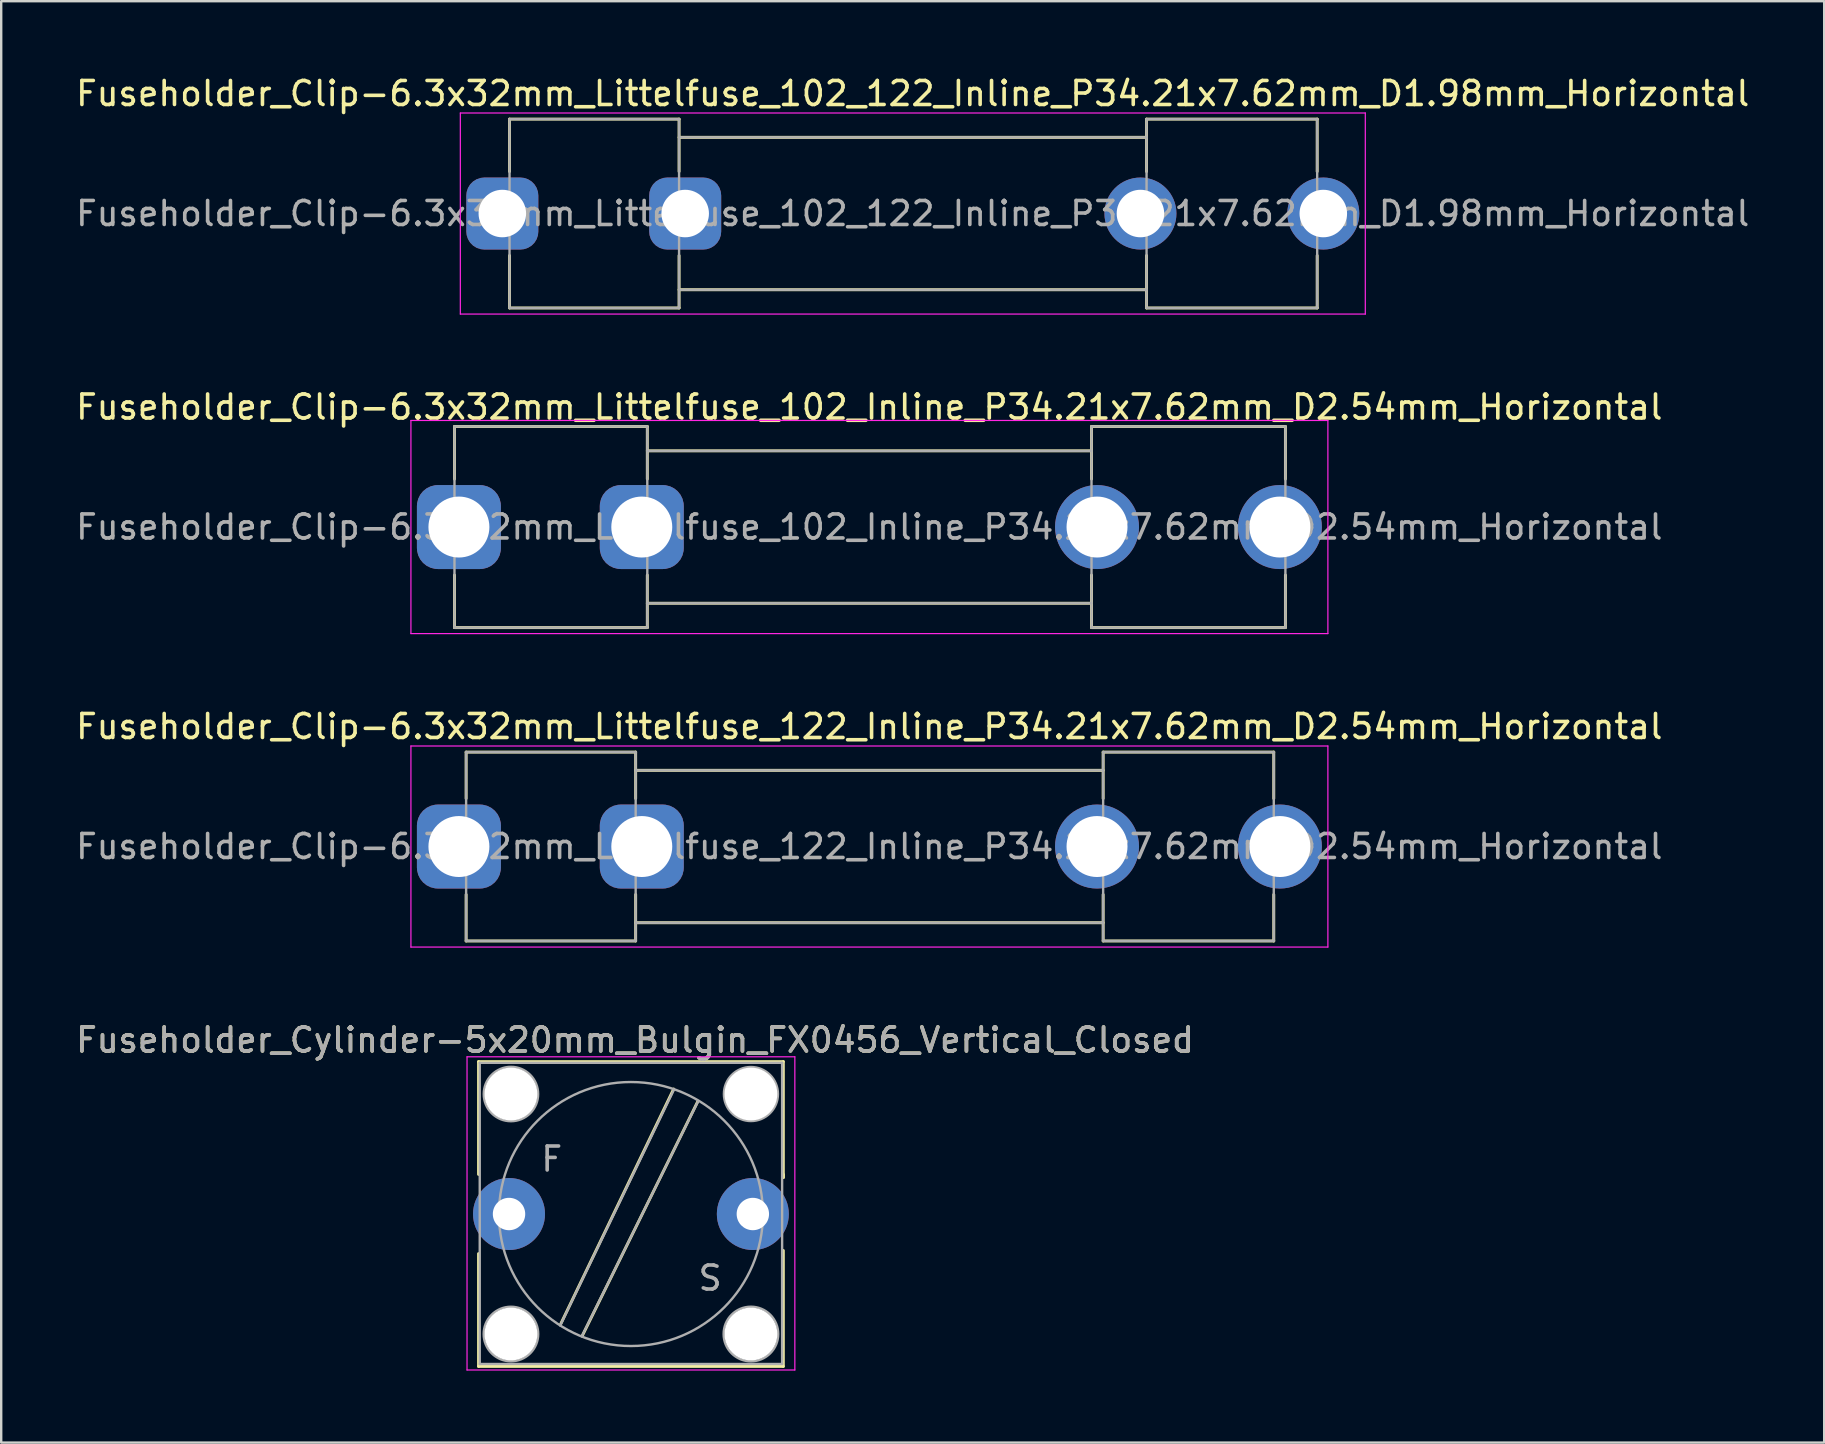
<source format=kicad_pcb>
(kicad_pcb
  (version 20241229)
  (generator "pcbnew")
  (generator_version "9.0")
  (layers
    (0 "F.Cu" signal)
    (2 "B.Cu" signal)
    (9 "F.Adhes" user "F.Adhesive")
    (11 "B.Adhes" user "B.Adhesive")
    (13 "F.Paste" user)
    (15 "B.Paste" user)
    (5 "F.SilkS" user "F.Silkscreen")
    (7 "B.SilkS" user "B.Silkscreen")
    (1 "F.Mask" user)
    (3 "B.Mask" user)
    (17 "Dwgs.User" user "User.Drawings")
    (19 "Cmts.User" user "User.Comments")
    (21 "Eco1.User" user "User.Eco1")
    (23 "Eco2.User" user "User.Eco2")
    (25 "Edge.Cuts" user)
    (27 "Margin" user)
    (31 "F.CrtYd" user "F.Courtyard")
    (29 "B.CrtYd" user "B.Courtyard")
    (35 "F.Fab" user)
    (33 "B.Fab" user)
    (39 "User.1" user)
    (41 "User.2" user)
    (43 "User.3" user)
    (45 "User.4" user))
  (footprint "Fuseholder_Cylinder-5x20mm_Bulgin_FX0456_Vertical_Closed"
    (layer "F.Cu")
    (at 18.161 47.538)
    (property "Reference" "Fuseholder_Cylinder-5x20mm_Bulgin_FX0456_Vertical_Closed" (at 5.25 -7.25 0) (layer "F.SilkS") (effects (font (size 1 1) (thickness 0.15))))
    (attr through_hole)
    (fp_line (start -1.27 -6.35) (end -1.27 -1.65) (stroke (width 0.12) (type solid)) (layer "F.SilkS"))
    (fp_line (start -1.27 6.35) (end -1.27 1.65) (stroke (width 0.12) (type solid)) (layer "F.SilkS"))
    (fp_line (start -1.27 6.35) (end 11.43 6.35) (stroke (width 0.12) (type solid)) (layer "F.SilkS"))
    (fp_line (start 6.86 -5.21) (end 2.16 4.57) (stroke (width 0.12) (type solid)) (layer "F.SilkS"))
    (fp_line (start 7.87 -4.7) (end 3.05 5.08) (stroke (width 0.12) (type solid)) (layer "F.SilkS"))
    (fp_line (start 11.43 -6.35) (end -1.27 -6.35) (stroke (width 0.12) (type solid)) (layer "F.SilkS"))
    (fp_line (start 11.43 -6.35) (end 11.43 -1.52) (stroke (width 0.12) (type solid)) (layer "F.SilkS"))
    (fp_line (start 11.43 -1.52) (end 11.43 -1.65) (stroke (width 0.12) (type solid)) (layer "F.SilkS"))
    (fp_line (start 11.43 6.35) (end 11.43 1.52) (stroke (width 0.12) (type solid)) (layer "F.SilkS"))
    (fp_line (start -1.75 -6.55) (end -1.75 6.5) (stroke (width 0.05) (type solid)) (layer "F.CrtYd"))
    (fp_line (start -1.75 -6.55) (end 11.91 -6.55) (stroke (width 0.05) (type solid)) (layer "F.CrtYd"))
    (fp_line (start 11.91 6.5) (end -1.75 6.5) (stroke (width 0.05) (type solid)) (layer "F.CrtYd"))
    (fp_line (start 11.91 6.5) (end 11.91 -6.55) (stroke (width 0.05) (type solid)) (layer "F.CrtYd"))
    (fp_line (start -1.22 -6.3) (end -1.22 6.25) (stroke (width 0.1) (type solid)) (layer "F.Fab"))
    (fp_line (start -1.22 6.25) (end 11.38 6.25) (stroke (width 0.1) (type solid)) (layer "F.Fab"))
    (fp_line (start 3.03 5.1) (end 7.88 -4.7) (stroke (width 0.1) (type solid)) (layer "F.Fab"))
    (fp_line (start 6.88 -5.2) (end 2.13 4.65) (stroke (width 0.1) (type solid)) (layer "F.Fab"))
    (fp_line (start 11.38 -6.3) (end -1.22 -6.3) (stroke (width 0.1) (type solid)) (layer "F.Fab"))
    (fp_line (start 11.38 6.25) (end 11.38 -6.3) (stroke (width 0.1) (type solid)) (layer "F.Fab"))
    (fp_circle (center 0.08 -5) (end 0.48 -3.94) (stroke (width 0.1) (type solid)) (fill no) (layer "F.Fab"))
    (fp_circle (center 0.08 5) (end 0.58 6.02) (stroke (width 0.1) (type solid)) (fill no) (layer "F.Fab"))
    (fp_circle (center 5.08 0) (end 5.13 5.5) (stroke (width 0.1) (type solid)) (fill no) (layer "F.Fab"))
    (fp_circle (center 10.08 -5) (end 10.46 -3.94) (stroke (width 0.1) (type solid)) (fill no) (layer "F.Fab"))
    (fp_circle (center 10.08 5) (end 10.64 5.99) (stroke (width 0.1) (type solid)) (fill no) (layer "F.Fab"))
    (fp_text user "${REFERENCE}" (at 5.25 -7.25 0) (layer "F.Fab") (effects (font (size 1 1) (thickness 0.15))))
    (fp_text user "F" (at 1.78 -2.29 0) (layer "F.Fab") (effects (font (size 1 1) (thickness 0.15))))
    (fp_text user "S" (at 8.38 2.67 0) (layer "F.Fab") (effects (font (size 1 1) (thickness 0.15))))
    (pad "" np_thru_hole circle (at 0.08 -5) (size 2.2 2.2) (drill 2.2) (layers "*.Cu" "*.Mask"))
    (pad "" np_thru_hole circle (at 0.08 5) (size 2.2 2.2) (drill 2.2) (layers "*.Cu" "*.Mask"))
    (pad "" np_thru_hole circle (at 10.08 -5) (size 2.2 2.2) (drill 2.2) (layers "*.Cu" "*.Mask"))
    (pad "" np_thru_hole circle (at 10.08 5) (size 2.2 2.2) (drill 2.2) (layers "*.Cu" "*.Mask"))
    (pad "1" thru_hole circle (at 0 0) (size 3 3) (drill 1.35) (layers "*.Cu" "*.Mask"))
    (pad "2" thru_hole circle (at 10.16 0) (size 3 3) (drill 1.35) (layers "*.Cu" "*.Mask")))
  (footprint "Fuseholder_Clip-6.3x32mm_Littelfuse_122_Inline_P34.21x7.62mm_D2.54mm_Horizontal"
    (layer "F.Cu")
    (at 16.073 32.225)
    (property "Reference" "Fuseholder_Clip-6.3x32mm_Littelfuse_122_Inline_P34.21x7.62mm_D2.54mm_Horizontal" (at 17.1 -5 0) (layer "F.SilkS") (effects (font (size 1 1) (thickness 0.15))))
    (attr through_hole)
    (fp_line (start 0.3 -3.935) (end 0.3 -2) (stroke (width 0.12) (type solid)) (layer "F.SilkS"))
    (fp_line (start 0.3 3.935) (end 0.3 2) (stroke (width 0.12) (type solid)) (layer "F.SilkS"))
    (fp_line (start 7.365 -3.935) (end 0.3 -3.935) (stroke (width 0.12) (type solid)) (layer "F.SilkS"))
    (fp_line (start 7.365 -3.935) (end 7.365 -2) (stroke (width 0.12) (type solid)) (layer "F.SilkS"))
    (fp_line (start 7.365 3.935) (end 0.3 3.935) (stroke (width 0.12) (type solid)) (layer "F.SilkS"))
    (fp_line (start 7.365 3.935) (end 7.365 2) (stroke (width 0.12) (type solid)) (layer "F.SilkS"))
    (fp_line (start 26.845 -3.935) (end 26.845 -2) (stroke (width 0.12) (type solid)) (layer "F.SilkS"))
    (fp_line (start 26.845 -3.175) (end 7.365 -3.175) (stroke (width 0.12) (type solid)) (layer "F.SilkS"))
    (fp_line (start 26.845 3.175) (end 7.365 3.175) (stroke (width 0.12) (type solid)) (layer "F.SilkS"))
    (fp_line (start 26.845 3.935) (end 26.845 2) (stroke (width 0.12) (type solid)) (layer "F.SilkS"))
    (fp_line (start 26.845 3.935) (end 33.955 3.935) (stroke (width 0.12) (type solid)) (layer "F.SilkS"))
    (fp_line (start 33.955 -3.935) (end 26.845 -3.935) (stroke (width 0.12) (type solid)) (layer "F.SilkS"))
    (fp_line (start 33.955 -2) (end 33.955 -3.935) (stroke (width 0.12) (type solid)) (layer "F.SilkS"))
    (fp_line (start 33.955 2) (end 33.955 3.935) (stroke (width 0.12) (type solid)) (layer "F.SilkS"))
    (fp_line (start -2 -4.19) (end -2 4.19) (stroke (width 0.05) (type solid)) (layer "F.CrtYd"))
    (fp_line (start -2 -4.19) (end 36.21 -4.19) (stroke (width 0.05) (type solid)) (layer "F.CrtYd"))
    (fp_line (start 36.21 4.189) (end -2 4.19) (stroke (width 0.05) (type solid)) (layer "F.CrtYd"))
    (fp_line (start 36.21 4.189) (end 36.21 -4.19) (stroke (width 0.05) (type solid)) (layer "F.CrtYd"))
    (fp_line (start 0.3 -3.935) (end 7.365 -3.935) (stroke (width 0.1) (type solid)) (layer "F.Fab"))
    (fp_line (start 0.3 3.935) (end 0.3 -3.935) (stroke (width 0.1) (type solid)) (layer "F.Fab"))
    (fp_line (start 7.365 -3.935) (end 7.365 3.935) (stroke (width 0.1) (type solid)) (layer "F.Fab"))
    (fp_line (start 7.365 -3.175) (end 26.845 -3.175) (stroke (width 0.1) (type solid)) (layer "F.Fab"))
    (fp_line (start 7.365 3.935) (end 0.3 3.935) (stroke (width 0.1) (type solid)) (layer "F.Fab"))
    (fp_line (start 26.845 -3.935) (end 26.845 3.935) (stroke (width 0.1) (type solid)) (layer "F.Fab"))
    (fp_line (start 26.845 3.175) (end 7.365 3.175) (stroke (width 0.1) (type solid)) (layer "F.Fab"))
    (fp_line (start 26.845 3.935) (end 33.955 3.935) (stroke (width 0.1) (type solid)) (layer "F.Fab"))
    (fp_line (start 33.955 -3.935) (end 26.845 -3.935) (stroke (width 0.1) (type solid)) (layer "F.Fab"))
    (fp_line (start 33.955 3.935) (end 33.955 -3.935) (stroke (width 0.1) (type solid)) (layer "F.Fab"))
    (fp_text user "${REFERENCE}" (at 17.1 0 0) (layer "F.Fab") (effects (font (size 1 1) (thickness 0.15))))
    (pad "1" thru_hole roundrect (at 0 0) (size 3.5 3.5) (drill 2.54) (layers "*.Cu" "*.Mask") (roundrect_rratio 0.25))
    (pad "1" thru_hole roundrect (at 7.62 0) (size 3.5 3.5) (drill 2.54) (layers "*.Cu" "*.Mask") (roundrect_rratio 0.25))
    (pad "2" thru_hole circle (at 26.59 0) (size 3.5 3.5) (drill 2.54) (layers "*.Cu" "*.Mask"))
    (pad "2" thru_hole circle (at 34.21 0) (size 3.5 3.5) (drill 2.54) (layers "*.Cu" "*.Mask")))
  (footprint "Fuseholder_Clip-6.3x32mm_Littelfuse_102_122_Inline_P34.21x7.62mm_D1.98mm_Horizontal"
    (layer "F.Cu")
    (at 17.882 5.848)
    (property "Reference" "Fuseholder_Clip-6.3x32mm_Littelfuse_102_122_Inline_P34.21x7.62mm_D1.98mm_Horizontal" (at 17.1 -5 0) (layer "F.SilkS") (effects (font (size 1 1) (thickness 0.15))))
    (attr through_hole)
    (fp_line (start 0.3 -3.935) (end 0.3 -1.75) (stroke (width 0.12) (type solid)) (layer "F.SilkS"))
    (fp_line (start 0.3 3.935) (end 0.3 1.75) (stroke (width 0.12) (type solid)) (layer "F.SilkS"))
    (fp_line (start 7.365 -3.935) (end 0.3 -3.935) (stroke (width 0.12) (type solid)) (layer "F.SilkS"))
    (fp_line (start 7.365 -3.935) (end 7.365 -1.75) (stroke (width 0.12) (type solid)) (layer "F.SilkS"))
    (fp_line (start 7.365 3.935) (end 0.3 3.935) (stroke (width 0.12) (type solid)) (layer "F.SilkS"))
    (fp_line (start 7.365 3.935) (end 7.365 1.75) (stroke (width 0.12) (type solid)) (layer "F.SilkS"))
    (fp_line (start 26.845 -3.935) (end 26.845 -1.75) (stroke (width 0.12) (type solid)) (layer "F.SilkS"))
    (fp_line (start 26.845 -3.175) (end 7.365 -3.175) (stroke (width 0.12) (type solid)) (layer "F.SilkS"))
    (fp_line (start 26.845 3.175) (end 7.365 3.175) (stroke (width 0.12) (type solid)) (layer "F.SilkS"))
    (fp_line (start 26.845 3.935) (end 26.845 1.75) (stroke (width 0.12) (type solid)) (layer "F.SilkS"))
    (fp_line (start 26.845 3.935) (end 33.955 3.935) (stroke (width 0.12) (type solid)) (layer "F.SilkS"))
    (fp_line (start 33.955 -3.935) (end 26.845 -3.935) (stroke (width 0.12) (type solid)) (layer "F.SilkS"))
    (fp_line (start 33.955 -1.75) (end 33.955 -3.935) (stroke (width 0.12) (type solid)) (layer "F.SilkS"))
    (fp_line (start 33.955 1.75) (end 33.955 3.935) (stroke (width 0.12) (type solid)) (layer "F.SilkS"))
    (fp_line (start -1.75 -4.19) (end -1.75 4.19) (stroke (width 0.05) (type solid)) (layer "F.CrtYd"))
    (fp_line (start -1.75 -4.19) (end 35.96 -4.19) (stroke (width 0.05) (type solid)) (layer "F.CrtYd"))
    (fp_line (start 35.96 4.19) (end -1.75 4.19) (stroke (width 0.05) (type solid)) (layer "F.CrtYd"))
    (fp_line (start 35.96 4.19) (end 35.96 -4.19) (stroke (width 0.05) (type solid)) (layer "F.CrtYd"))
    (fp_line (start 0.3 -3.935) (end 7.365 -3.935) (stroke (width 0.1) (type solid)) (layer "F.Fab"))
    (fp_line (start 0.3 3.935) (end 0.3 -3.935) (stroke (width 0.1) (type solid)) (layer "F.Fab"))
    (fp_line (start 7.365 -3.935) (end 7.365 3.935) (stroke (width 0.1) (type solid)) (layer "F.Fab"))
    (fp_line (start 7.365 -3.175) (end 26.845 -3.175) (stroke (width 0.1) (type solid)) (layer "F.Fab"))
    (fp_line (start 7.365 3.935) (end 0.3 3.935) (stroke (width 0.1) (type solid)) (layer "F.Fab"))
    (fp_line (start 26.845 -3.935) (end 26.845 3.935) (stroke (width 0.1) (type solid)) (layer "F.Fab"))
    (fp_line (start 26.845 3.175) (end 7.365 3.175) (stroke (width 0.1) (type solid)) (layer "F.Fab"))
    (fp_line (start 26.845 3.935) (end 33.955 3.935) (stroke (width 0.1) (type solid)) (layer "F.Fab"))
    (fp_line (start 33.955 -3.935) (end 26.845 -3.935) (stroke (width 0.1) (type solid)) (layer "F.Fab"))
    (fp_line (start 33.955 3.935) (end 33.955 -3.935) (stroke (width 0.1) (type solid)) (layer "F.Fab"))
    (fp_text user "${REFERENCE}" (at 17.1 0 0) (layer "F.Fab") (effects (font (size 1 1) (thickness 0.15))))
    (pad "1" thru_hole roundrect (at 0 0) (size 3 3) (drill 1.98) (layers "*.Cu" "*.Mask") (roundrect_rratio 0.25))
    (pad "1" thru_hole roundrect (at 7.62 0) (size 3 3) (drill 1.98) (layers "*.Cu" "*.Mask") (roundrect_rratio 0.25))
    (pad "2" thru_hole circle (at 26.59 0) (size 3 3) (drill 1.98) (layers "*.Cu" "*.Mask"))
    (pad "2" thru_hole circle (at 34.21 0) (size 3 3) (drill 1.98) (layers "*.Cu" "*.Mask")))
  (footprint "Fuseholder_Clip-6.3x32mm_Littelfuse_102_Inline_P34.21x7.62mm_D2.54mm_Horizontal"
    (layer "F.Cu")
    (at 16.073 18.912)
    (property "Reference" "Fuseholder_Clip-6.3x32mm_Littelfuse_102_Inline_P34.21x7.62mm_D2.54mm_Horizontal" (at 17.1 -5 0) (layer "F.SilkS") (effects (font (size 1 1) (thickness 0.15))))
    (attr through_hole)
    (fp_line (start -0.185 -4.19) (end -0.185 -2) (stroke (width 0.12) (type solid)) (layer "F.SilkS"))
    (fp_line (start -0.185 4.19) (end -0.185 2) (stroke (width 0.12) (type solid)) (layer "F.SilkS"))
    (fp_line (start 7.85 -4.19) (end -0.185 -4.19) (stroke (width 0.12) (type solid)) (layer "F.SilkS"))
    (fp_line (start 7.85 -4.19) (end 7.85 -2) (stroke (width 0.12) (type solid)) (layer "F.SilkS"))
    (fp_line (start 7.85 4.19) (end -0.185 4.19) (stroke (width 0.12) (type solid)) (layer "F.SilkS"))
    (fp_line (start 7.85 4.19) (end 7.85 2) (stroke (width 0.12) (type solid)) (layer "F.SilkS"))
    (fp_line (start 26.36 -4.19) (end 26.36 -2) (stroke (width 0.12) (type solid)) (layer "F.SilkS"))
    (fp_line (start 26.36 -3.175) (end 7.85 -3.175) (stroke (width 0.12) (type solid)) (layer "F.SilkS"))
    (fp_line (start 26.36 3.175) (end 7.85 3.175) (stroke (width 0.12) (type solid)) (layer "F.SilkS"))
    (fp_line (start 26.36 4.19) (end 26.36 2) (stroke (width 0.12) (type solid)) (layer "F.SilkS"))
    (fp_line (start 26.36 4.19) (end 34.44 4.19) (stroke (width 0.12) (type solid)) (layer "F.SilkS"))
    (fp_line (start 34.44 -4.19) (end 26.36 -4.19) (stroke (width 0.12) (type solid)) (layer "F.SilkS"))
    (fp_line (start 34.44 -2) (end 34.44 -4.19) (stroke (width 0.12) (type solid)) (layer "F.SilkS"))
    (fp_line (start 34.44 2) (end 34.44 4.19) (stroke (width 0.12) (type solid)) (layer "F.SilkS"))
    (fp_line (start -2 -4.44) (end -2 4.44) (stroke (width 0.05) (type solid)) (layer "F.CrtYd"))
    (fp_line (start -2 -4.44) (end 36.21 -4.44) (stroke (width 0.05) (type solid)) (layer "F.CrtYd"))
    (fp_line (start 36.21 4.44) (end -2 4.44) (stroke (width 0.05) (type solid)) (layer "F.CrtYd"))
    (fp_line (start 36.21 4.44) (end 36.21 -4.44) (stroke (width 0.05) (type solid)) (layer "F.CrtYd"))
    (fp_line (start -0.185 -4.19) (end 7.85 -4.19) (stroke (width 0.1) (type solid)) (layer "F.Fab"))
    (fp_line (start -0.185 4.19) (end -0.185 -4.19) (stroke (width 0.1) (type solid)) (layer "F.Fab"))
    (fp_line (start 7.85 -4.19) (end 7.85 4.19) (stroke (width 0.1) (type solid)) (layer "F.Fab"))
    (fp_line (start 7.85 -3.175) (end 26.36 -3.175) (stroke (width 0.1) (type solid)) (layer "F.Fab"))
    (fp_line (start 7.85 4.19) (end -0.185 4.19) (stroke (width 0.1) (type solid)) (layer "F.Fab"))
    (fp_line (start 26.36 -4.19) (end 26.36 4.19) (stroke (width 0.1) (type solid)) (layer "F.Fab"))
    (fp_line (start 26.36 3.175) (end 7.85 3.175) (stroke (width 0.1) (type solid)) (layer "F.Fab"))
    (fp_line (start 26.36 4.19) (end 34.44 4.19) (stroke (width 0.1) (type solid)) (layer "F.Fab"))
    (fp_line (start 34.44 -4.19) (end 26.36 -4.19) (stroke (width 0.1) (type solid)) (layer "F.Fab"))
    (fp_line (start 34.44 4.19) (end 34.44 -4.19) (stroke (width 0.1) (type solid)) (layer "F.Fab"))
    (fp_text user "${REFERENCE}" (at 17.1 0 0) (layer "F.Fab") (effects (font (size 1 1) (thickness 0.15))))
    (pad "1" thru_hole roundrect (at 0 0) (size 3.5 3.5) (drill 2.54) (layers "*.Cu" "*.Mask") (roundrect_rratio 0.25))
    (pad "1" thru_hole roundrect (at 7.62 0) (size 3.5 3.5) (drill 2.54) (layers "*.Cu" "*.Mask") (roundrect_rratio 0.25))
    (pad "2" thru_hole circle (at 26.59 0) (size 3.5 3.5) (drill 2.54) (layers "*.Cu" "*.Mask"))
    (pad "2" thru_hole circle (at 34.21 0) (size 3.5 3.5) (drill 2.54) (layers "*.Cu" "*.Mask")))
  (gr_rect
    (start -3 -3)
    (end 72.964 57.063)
    (stroke (width 0.1) (type default))
    (fill no)
    (layer "Edge.Cuts")))
</source>
